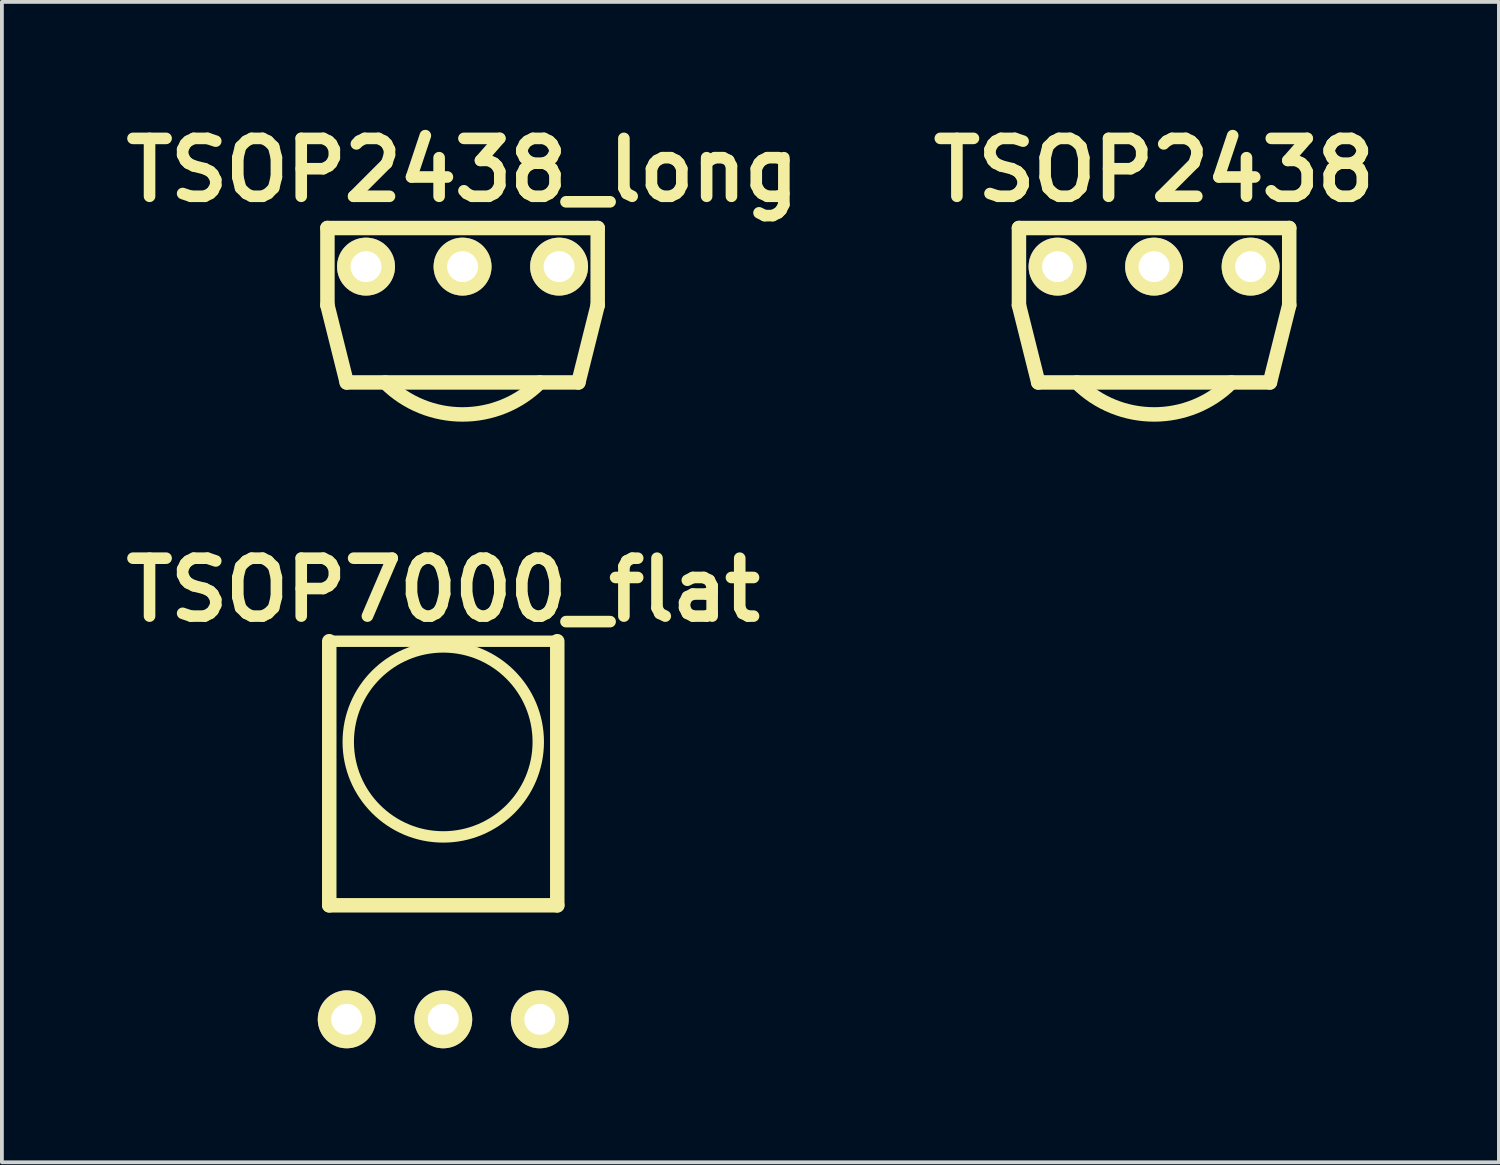
<source format=kicad_pcb>
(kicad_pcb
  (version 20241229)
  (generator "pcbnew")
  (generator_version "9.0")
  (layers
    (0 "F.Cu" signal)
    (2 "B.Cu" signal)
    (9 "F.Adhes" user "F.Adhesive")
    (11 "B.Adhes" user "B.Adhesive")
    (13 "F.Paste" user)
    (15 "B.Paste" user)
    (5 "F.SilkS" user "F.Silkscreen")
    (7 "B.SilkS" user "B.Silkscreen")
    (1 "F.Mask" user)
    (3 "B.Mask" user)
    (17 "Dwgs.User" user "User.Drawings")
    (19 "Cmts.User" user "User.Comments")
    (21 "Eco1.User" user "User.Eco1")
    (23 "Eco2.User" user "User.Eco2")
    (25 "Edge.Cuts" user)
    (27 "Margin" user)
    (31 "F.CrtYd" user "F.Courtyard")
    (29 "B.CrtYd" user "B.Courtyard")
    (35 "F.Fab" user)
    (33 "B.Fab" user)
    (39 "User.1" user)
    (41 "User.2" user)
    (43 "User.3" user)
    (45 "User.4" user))
  (footprint "TSOP7000_flat"
    (layer "F.Cu")
    (at 8.614 16.473)
    (property "Reference" "TSOP7000_flat" (at 0 -4 0) (layer "F.SilkS") (effects (font (size 1.524 1.524) (thickness 0.305))))
    (attr through_hole)
    (fp_line (start -3 -2.65) (end -3 4.3) (stroke (width 0.381) (type solid)) (layer "F.SilkS"))
    (fp_line (start -3 -2.65) (end 3 -2.65) (stroke (width 0.3) (type solid)) (layer "F.SilkS"))
    (fp_line (start -3 4.3) (end 3 4.3) (stroke (width 0.381) (type solid)) (layer "F.SilkS"))
    (fp_line (start 3 -2.65) (end 3 4.3) (stroke (width 0.381) (type solid)) (layer "F.SilkS"))
    (fp_circle (center 0 0) (end 2.5 0) (stroke (width 0.3) (type solid)) (fill no) (layer "F.SilkS"))
    (pad "1" thru_hole circle (at -2.54 7.3) (size 1.524 1.524) (drill 0.813) (layers "*.Cu" "*.Mask" "F.SilkS"))
    (pad "2" thru_hole circle (at 2.54 7.3) (size 1.524 1.524) (drill 0.813) (layers "*.Cu" "*.Mask" "F.SilkS"))
    (pad "3" thru_hole circle (at 0 7.3) (size 1.524 1.524) (drill 0.813) (layers "*.Cu" "*.Mask" "F.SilkS")))
  (footprint "TSOP2438"
    (layer "F.Cu")
    (at 27.319 3.966)
    (property "Reference" "TSOP2438" (at 0 -2.54 0) (layer "F.SilkS") (effects (font (size 1.524 1.524) (thickness 0.305))))
    (attr through_hole)
    (fp_line (start -3.556 -1.016) (end -3.556 1.016) (stroke (width 0.381) (type solid)) (layer "F.SilkS"))
    (fp_line (start -3.556 1.016) (end -3.048 3.048) (stroke (width 0.381) (type solid)) (layer "F.SilkS"))
    (fp_line (start -3.048 3.048) (end 3.048 3.048) (stroke (width 0.381) (type solid)) (layer "F.SilkS"))
    (fp_line (start 3.048 3.048) (end 3.556 1.016) (stroke (width 0.381) (type solid)) (layer "F.SilkS"))
    (fp_line (start 3.556 -1.016) (end -3.556 -1.016) (stroke (width 0.381) (type solid)) (layer "F.SilkS"))
    (fp_line (start 3.556 1.016) (end 3.556 -1.016) (stroke (width 0.381) (type solid)) (layer "F.SilkS"))
    (fp_arc (start 2.032 3.048) (mid 0 3.889682) (end -2.032 3.048) (stroke (width 0.381) (type solid)) (layer "F.SilkS"))
    (pad "1" thru_hole circle (at -2.54 0) (size 1.524 1.524) (drill 0.813) (layers "*.Cu" "*.Mask" "F.SilkS"))
    (pad "2" thru_hole circle (at 0 0) (size 1.524 1.524) (drill 0.813) (layers "*.Cu" "*.Mask" "F.SilkS"))
    (pad "3" thru_hole circle (at 2.54 0) (size 1.524 1.524) (drill 0.813) (layers "*.Cu" "*.Mask" "F.SilkS")))
  (footprint "TSOP2438_long"
    (layer "F.Cu")
    (at 9.122 3.966)
    (property "Reference" "TSOP2438_long" (at 0 -2.54 0) (layer "F.SilkS") (effects (font (size 1.524 1.524) (thickness 0.305))))
    (attr through_hole)
    (fp_line (start -3.556 -1.016) (end -3.556 1.016) (stroke (width 0.381) (type solid)) (layer "F.SilkS"))
    (fp_line (start -3.556 1.016) (end -3.048 3.048) (stroke (width 0.381) (type solid)) (layer "F.SilkS"))
    (fp_line (start -3.048 3.048) (end 3.048 3.048) (stroke (width 0.381) (type solid)) (layer "F.SilkS"))
    (fp_line (start 3.048 3.048) (end 3.556 1.016) (stroke (width 0.381) (type solid)) (layer "F.SilkS"))
    (fp_line (start 3.556 -1.016) (end -3.556 -1.016) (stroke (width 0.381) (type solid)) (layer "F.SilkS"))
    (fp_line (start 3.556 1.016) (end 3.556 -1.016) (stroke (width 0.381) (type solid)) (layer "F.SilkS"))
    (fp_arc (start 2.032 3.048) (mid 0 3.889682) (end -2.032 3.048) (stroke (width 0.381) (type solid)) (layer "F.SilkS"))
    (pad "1" thru_hole circle (at -2.54 0) (size 1.524 1.524) (drill 0.813) (layers "*.Cu" "*.Mask" "F.SilkS"))
    (pad "2" thru_hole circle (at 0 0) (size 1.524 1.524) (drill 0.813) (layers "*.Cu" "*.Mask" "F.SilkS"))
    (pad "3" thru_hole circle (at 2.54 0) (size 1.524 1.524) (drill 0.813) (layers "*.Cu" "*.Mask" "F.SilkS")))
  (gr_rect
    (start -3 -3)
    (end 36.393 27.535)
    (stroke (width 0.1) (type default))
    (fill no)
    (layer "Edge.Cuts")))
</source>
